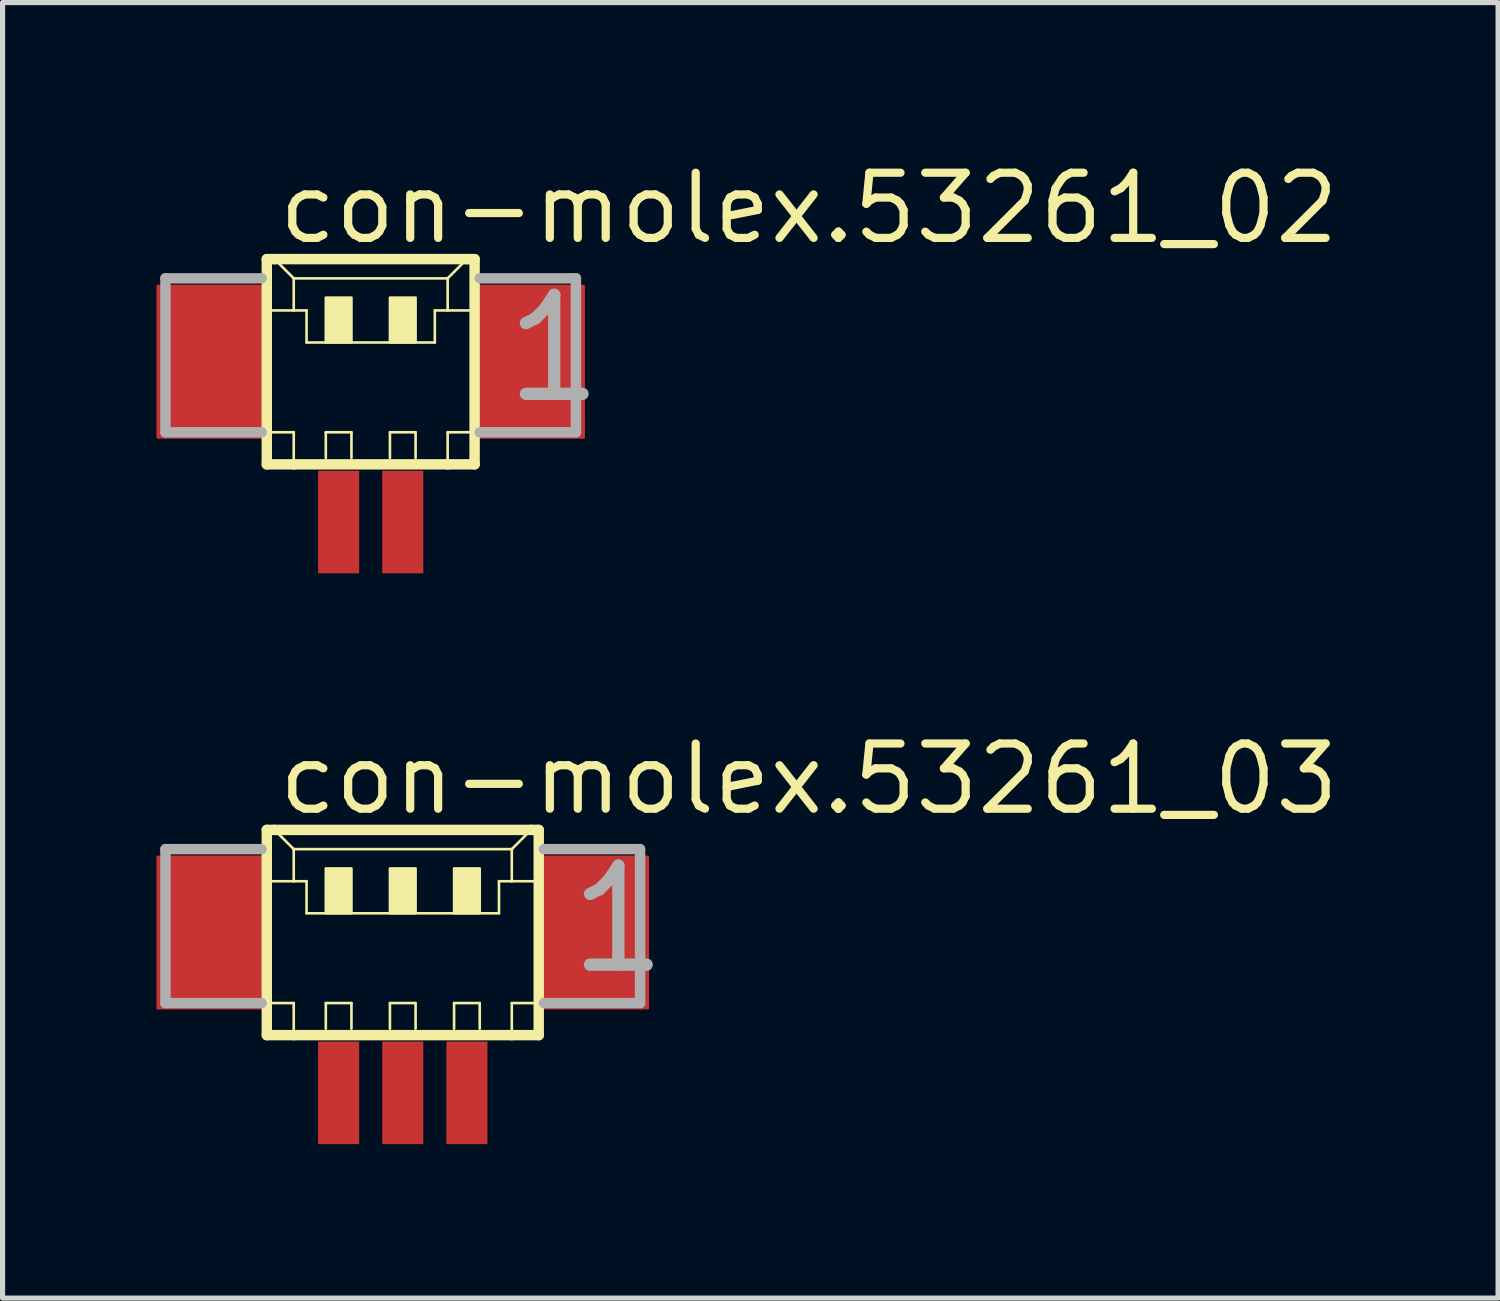
<source format=kicad_pcb>
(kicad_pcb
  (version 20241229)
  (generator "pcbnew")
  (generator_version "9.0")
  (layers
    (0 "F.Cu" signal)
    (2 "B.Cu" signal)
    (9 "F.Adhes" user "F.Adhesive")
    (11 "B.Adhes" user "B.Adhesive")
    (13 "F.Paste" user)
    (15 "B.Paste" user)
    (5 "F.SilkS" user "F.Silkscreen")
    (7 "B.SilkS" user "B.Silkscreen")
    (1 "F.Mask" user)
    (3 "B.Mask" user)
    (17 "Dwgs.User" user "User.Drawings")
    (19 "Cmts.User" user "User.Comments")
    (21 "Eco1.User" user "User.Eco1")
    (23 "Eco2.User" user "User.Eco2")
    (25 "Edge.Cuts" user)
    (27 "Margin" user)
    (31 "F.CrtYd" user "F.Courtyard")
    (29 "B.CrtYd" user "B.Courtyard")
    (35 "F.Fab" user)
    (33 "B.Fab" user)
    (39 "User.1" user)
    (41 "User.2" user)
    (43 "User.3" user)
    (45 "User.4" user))
  (footprint "con-molex.53261_03"
    (layer "F.Cu")
    (at 4.8 15.75)
    (property "Reference" "con-molex.53261_03" (at -2.5 -2.875 0) (layer "F.SilkS") (effects (font (size 1.27 1.27) (thickness 0.16)) (justify left bottom)))
    (attr smd)
    (fp_line (start -2.65 -2.625) (end -2.65 1.375) (stroke (width 0.203) (type default)) (layer "F.SilkS"))
    (fp_line (start -2.65 1.375) (end -2.125 1.375) (stroke (width 0.203) (type default)) (layer "F.SilkS"))
    (fp_line (start -2.625 -1.625) (end -2.125 -1.625) (stroke (width 0.051) (type default)) (layer "F.SilkS"))
    (fp_line (start -2.625 0.75) (end -2.125 0.75) (stroke (width 0.051) (type default)) (layer "F.SilkS"))
    (fp_line (start -2.5 -2.625) (end -2.65 -2.625) (stroke (width 0.203) (type default)) (layer "F.SilkS"))
    (fp_line (start -2.125 -2.25) (end -2.5 -2.625) (stroke (width 0.051) (type default)) (layer "F.SilkS"))
    (fp_line (start -2.125 -2.25) (end 2.125 -2.25) (stroke (width 0.051) (type default)) (layer "F.SilkS"))
    (fp_line (start -2.125 -1.625) (end -2.125 -2.25) (stroke (width 0.051) (type default)) (layer "F.SilkS"))
    (fp_line (start -2.125 -1.625) (end -1.875 -1.625) (stroke (width 0.051) (type default)) (layer "F.SilkS"))
    (fp_line (start -2.125 0.75) (end -2.125 1.375) (stroke (width 0.051) (type default)) (layer "F.SilkS"))
    (fp_line (start -2.125 1.375) (end 2.125 1.375) (stroke (width 0.203) (type default)) (layer "F.SilkS"))
    (fp_line (start -1.875 -1.625) (end -1.875 -1) (stroke (width 0.051) (type default)) (layer "F.SilkS"))
    (fp_line (start -1.875 -1) (end 1.875 -1) (stroke (width 0.051) (type default)) (layer "F.SilkS"))
    (fp_line (start -1.5 0.75) (end -1 0.75) (stroke (width 0.051) (type default)) (layer "F.SilkS"))
    (fp_line (start -1.5 1.25) (end -1.5 0.75) (stroke (width 0.051) (type default)) (layer "F.SilkS"))
    (fp_line (start -1 0.75) (end -1 1.25) (stroke (width 0.051) (type default)) (layer "F.SilkS"))
    (fp_line (start -0.25 0.75) (end 0.25 0.75) (stroke (width 0.051) (type default)) (layer "F.SilkS"))
    (fp_line (start -0.25 1.25) (end -0.25 0.75) (stroke (width 0.051) (type default)) (layer "F.SilkS"))
    (fp_line (start 0.25 0.75) (end 0.25 1.25) (stroke (width 0.051) (type default)) (layer "F.SilkS"))
    (fp_line (start 1 0.75) (end 1.5 0.75) (stroke (width 0.051) (type default)) (layer "F.SilkS"))
    (fp_line (start 1 1.25) (end 1 0.75) (stroke (width 0.051) (type default)) (layer "F.SilkS"))
    (fp_line (start 1.5 0.75) (end 1.5 1.25) (stroke (width 0.051) (type default)) (layer "F.SilkS"))
    (fp_line (start 1.875 -1.625) (end 1.875 -1) (stroke (width 0.051) (type default)) (layer "F.SilkS"))
    (fp_line (start 1.875 -1.625) (end 2.125 -1.625) (stroke (width 0.051) (type default)) (layer "F.SilkS"))
    (fp_line (start 2.125 -2.25) (end 2.125 -1.625) (stroke (width 0.051) (type default)) (layer "F.SilkS"))
    (fp_line (start 2.125 -2.25) (end 2.5 -2.625) (stroke (width 0.051) (type default)) (layer "F.SilkS"))
    (fp_line (start 2.125 -1.625) (end 2.625 -1.625) (stroke (width 0.051) (type default)) (layer "F.SilkS"))
    (fp_line (start 2.125 0.75) (end 2.125 1.375) (stroke (width 0.051) (type default)) (layer "F.SilkS"))
    (fp_line (start 2.125 0.75) (end 2.625 0.75) (stroke (width 0.051) (type default)) (layer "F.SilkS"))
    (fp_line (start 2.125 1.375) (end 2.65 1.375) (stroke (width 0.203) (type default)) (layer "F.SilkS"))
    (fp_line (start 2.5 -2.625) (end -2.5 -2.625) (stroke (width 0.203) (type default)) (layer "F.SilkS"))
    (fp_line (start 2.65 -2.625) (end 2.5 -2.625) (stroke (width 0.203) (type default)) (layer "F.SilkS"))
    (fp_line (start 2.65 1.375) (end 2.65 -2.625) (stroke (width 0.203) (type default)) (layer "F.SilkS"))
    (fp_rect (start -1.5 -1) (end -1 -1.875) (stroke (width 0.05) (type default)) (fill yes) (layer "F.SilkS"))
    (fp_rect (start -0.25 -1) (end 0.25 -1.875) (stroke (width 0.05) (type default)) (fill yes) (layer "F.SilkS"))
    (fp_rect (start 1 -1) (end 1.5 -1.875) (stroke (width 0.05) (type default)) (fill yes) (layer "F.SilkS"))
    (fp_line (start -4.625 -2.25) (end -4.625 0.75) (stroke (width 0.203) (type default)) (layer "F.Fab"))
    (fp_line (start -4.625 0.75) (end -2.75 0.75) (stroke (width 0.203) (type default)) (layer "F.Fab"))
    (fp_line (start -2.75 -2.25) (end -4.625 -2.25) (stroke (width 0.203) (type default)) (layer "F.Fab"))
    (fp_line (start 2.75 0.75) (end 4.625 0.75) (stroke (width 0.203) (type default)) (layer "F.Fab"))
    (fp_line (start 4.625 -2.25) (end 2.75 -2.25) (stroke (width 0.203) (type default)) (layer "F.Fab"))
    (fp_line (start 4.625 0.75) (end 4.625 -2.25) (stroke (width 0.203) (type default)) (layer "F.Fab"))
    (fp_text user "1" (at 3.125 0.25 0) (layer "F.Fab") (effects (font (size 1.93 1.93) (thickness 0.24)) (justify left bottom)))
    (pad "1" smd roundrect (at 1.25 2.5) (size 0.8 2) (layers "F.Cu" "F.Mask" "F.Paste") (roundrect_rratio 0.01))
    (pad "2" smd roundrect (at 0 2.5) (size 0.8 2) (layers "F.Cu" "F.Mask" "F.Paste") (roundrect_rratio 0.01))
    (pad "3" smd roundrect (at -1.25 2.5) (size 0.8 2) (layers "F.Cu" "F.Mask" "F.Paste") (roundrect_rratio 0.01))
    (pad "S1" smd roundrect (at 3.75 -0.625) (size 2.1 3) (layers "F.Cu" "F.Mask" "F.Paste") (roundrect_rratio 0.01))
    (pad "S2" smd roundrect (at -3.75 -0.625) (size 2.1 3) (layers "F.Cu" "F.Mask" "F.Paste") (roundrect_rratio 0.01)))
  (footprint "con-molex.53261_02"
    (layer "F.Cu")
    (at 4.175 4.625)
    (property "Reference" "con-molex.53261_02" (at -1.875 -2.875 0) (layer "F.SilkS") (effects (font (size 1.27 1.27) (thickness 0.16)) (justify left bottom)))
    (attr smd)
    (fp_line (start -2.025 -2.625) (end -2.025 1.375) (stroke (width 0.203) (type default)) (layer "F.SilkS"))
    (fp_line (start -2.025 1.375) (end -1.5 1.375) (stroke (width 0.203) (type default)) (layer "F.SilkS"))
    (fp_line (start -2 -1.625) (end -1.5 -1.625) (stroke (width 0.051) (type default)) (layer "F.SilkS"))
    (fp_line (start -2 0.75) (end -1.5 0.75) (stroke (width 0.051) (type default)) (layer "F.SilkS"))
    (fp_line (start -1.875 -2.625) (end -2.025 -2.625) (stroke (width 0.203) (type default)) (layer "F.SilkS"))
    (fp_line (start -1.5 -2.25) (end -1.875 -2.625) (stroke (width 0.051) (type default)) (layer "F.SilkS"))
    (fp_line (start -1.5 -2.25) (end 1.5 -2.25) (stroke (width 0.051) (type default)) (layer "F.SilkS"))
    (fp_line (start -1.5 -1.625) (end -1.5 -2.25) (stroke (width 0.051) (type default)) (layer "F.SilkS"))
    (fp_line (start -1.5 -1.625) (end -1.25 -1.625) (stroke (width 0.051) (type default)) (layer "F.SilkS"))
    (fp_line (start -1.5 0.75) (end -1.5 1.375) (stroke (width 0.051) (type default)) (layer "F.SilkS"))
    (fp_line (start -1.5 1.375) (end 1.5 1.375) (stroke (width 0.203) (type default)) (layer "F.SilkS"))
    (fp_line (start -1.25 -1.625) (end -1.25 -1) (stroke (width 0.051) (type default)) (layer "F.SilkS"))
    (fp_line (start -1.25 -1) (end 1.25 -1) (stroke (width 0.051) (type default)) (layer "F.SilkS"))
    (fp_line (start -0.875 0.75) (end -0.375 0.75) (stroke (width 0.051) (type default)) (layer "F.SilkS"))
    (fp_line (start -0.875 1.25) (end -0.875 0.75) (stroke (width 0.051) (type default)) (layer "F.SilkS"))
    (fp_line (start -0.375 0.75) (end -0.375 1.25) (stroke (width 0.051) (type default)) (layer "F.SilkS"))
    (fp_line (start 0.375 0.75) (end 0.875 0.75) (stroke (width 0.051) (type default)) (layer "F.SilkS"))
    (fp_line (start 0.375 1.25) (end 0.375 0.75) (stroke (width 0.051) (type default)) (layer "F.SilkS"))
    (fp_line (start 0.875 0.75) (end 0.875 1.25) (stroke (width 0.051) (type default)) (layer "F.SilkS"))
    (fp_line (start 1.25 -1.625) (end 1.25 -1) (stroke (width 0.051) (type default)) (layer "F.SilkS"))
    (fp_line (start 1.25 -1.625) (end 1.5 -1.625) (stroke (width 0.051) (type default)) (layer "F.SilkS"))
    (fp_line (start 1.5 -2.25) (end 1.5 -1.625) (stroke (width 0.051) (type default)) (layer "F.SilkS"))
    (fp_line (start 1.5 -2.25) (end 1.875 -2.625) (stroke (width 0.051) (type default)) (layer "F.SilkS"))
    (fp_line (start 1.5 -1.625) (end 2 -1.625) (stroke (width 0.051) (type default)) (layer "F.SilkS"))
    (fp_line (start 1.5 0.75) (end 1.5 1.375) (stroke (width 0.051) (type default)) (layer "F.SilkS"))
    (fp_line (start 1.5 0.75) (end 2 0.75) (stroke (width 0.051) (type default)) (layer "F.SilkS"))
    (fp_line (start 1.5 1.375) (end 2.025 1.375) (stroke (width 0.203) (type default)) (layer "F.SilkS"))
    (fp_line (start 1.875 -2.625) (end -1.875 -2.625) (stroke (width 0.203) (type default)) (layer "F.SilkS"))
    (fp_line (start 2.025 -2.625) (end 1.875 -2.625) (stroke (width 0.203) (type default)) (layer "F.SilkS"))
    (fp_line (start 2.025 1.375) (end 2.025 -2.625) (stroke (width 0.203) (type default)) (layer "F.SilkS"))
    (fp_rect (start -0.875 -1) (end -0.375 -1.875) (stroke (width 0.05) (type default)) (fill yes) (layer "F.SilkS"))
    (fp_rect (start 0.375 -1) (end 0.875 -1.875) (stroke (width 0.05) (type default)) (fill yes) (layer "F.SilkS"))
    (fp_line (start -4 -2.25) (end -4 0.75) (stroke (width 0.203) (type default)) (layer "F.Fab"))
    (fp_line (start -4 0.75) (end -2.125 0.75) (stroke (width 0.203) (type default)) (layer "F.Fab"))
    (fp_line (start -2.125 -2.25) (end -4 -2.25) (stroke (width 0.203) (type default)) (layer "F.Fab"))
    (fp_line (start 2.125 0.75) (end 4 0.75) (stroke (width 0.203) (type default)) (layer "F.Fab"))
    (fp_line (start 4 -2.25) (end 2.125 -2.25) (stroke (width 0.203) (type default)) (layer "F.Fab"))
    (fp_line (start 4 0.75) (end 4 -2.25) (stroke (width 0.203) (type default)) (layer "F.Fab"))
    (fp_text user "1" (at 2.5 0.25 0) (layer "F.Fab") (effects (font (size 1.93 1.93) (thickness 0.24)) (justify left bottom)))
    (pad "1" smd roundrect (at 0.625 2.5) (size 0.8 2) (layers "F.Cu" "F.Mask" "F.Paste") (roundrect_rratio 0.01))
    (pad "2" smd roundrect (at -0.625 2.5) (size 0.8 2) (layers "F.Cu" "F.Mask" "F.Paste") (roundrect_rratio 0.01))
    (pad "S1" smd roundrect (at 3.125 -0.625) (size 2.1 3) (layers "F.Cu" "F.Mask" "F.Paste") (roundrect_rratio 0.01))
    (pad "S2" smd roundrect (at -3.125 -0.625) (size 2.1 3) (layers "F.Cu" "F.Mask" "F.Paste") (roundrect_rratio 0.01)))
  (gr_rect
    (start -3 -3)
    (end 26.148 22.25)
    (stroke (width 0.1) (type default))
    (fill no)
    (layer "Edge.Cuts")))
</source>
